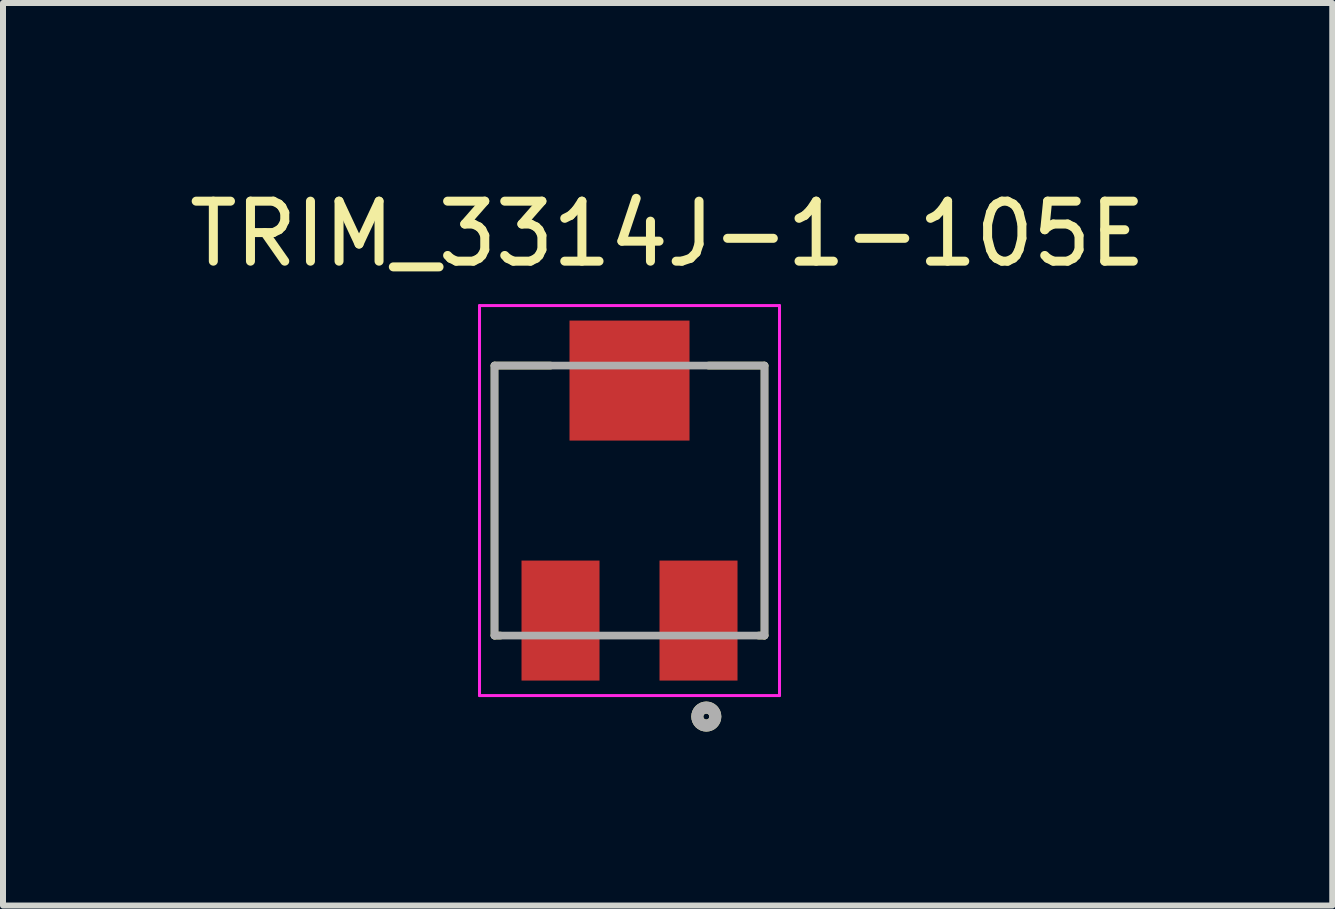
<source format=kicad_pcb>
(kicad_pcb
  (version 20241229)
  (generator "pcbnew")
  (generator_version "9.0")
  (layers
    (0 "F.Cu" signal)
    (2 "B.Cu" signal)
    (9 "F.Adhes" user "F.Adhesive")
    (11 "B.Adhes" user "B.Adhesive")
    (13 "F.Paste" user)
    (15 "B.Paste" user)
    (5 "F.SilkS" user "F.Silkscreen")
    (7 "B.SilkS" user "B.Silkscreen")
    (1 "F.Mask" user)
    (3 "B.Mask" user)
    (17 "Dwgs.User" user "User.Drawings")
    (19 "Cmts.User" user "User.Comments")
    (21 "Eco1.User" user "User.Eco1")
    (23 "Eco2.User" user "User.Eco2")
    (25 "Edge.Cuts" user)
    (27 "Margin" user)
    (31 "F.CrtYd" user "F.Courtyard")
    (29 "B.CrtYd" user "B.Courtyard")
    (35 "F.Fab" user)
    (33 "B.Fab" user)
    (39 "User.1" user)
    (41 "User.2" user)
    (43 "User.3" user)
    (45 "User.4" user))
  (footprint "TRIM_3314J-1-105E"
    (layer "F.Cu")
    (at 7.442 5.293)
    (property "Reference" "TRIM_3314J-1-105E" (at 0.635 -4.445 0) (layer "F.SilkS") (effects (font (size 1 1) (thickness 0.15))))
    (attr smd)
    (fp_line (start -2.25 -2.25) (end -2.25 2.25) (stroke (width 0.127) (type solid)) (layer "F.SilkS"))
    (fp_line (start -2.25 2.25) (end -2.15 2.25) (stroke (width 0.127) (type solid)) (layer "F.SilkS"))
    (fp_line (start -1.315 -2.25) (end -2.25 -2.25) (stroke (width 0.127) (type solid)) (layer "F.SilkS"))
    (fp_line (start 2.15 2.25) (end 2.25 2.25) (stroke (width 0.127) (type solid)) (layer "F.SilkS"))
    (fp_line (start 2.25 -2.25) (end 1.315 -2.25) (stroke (width 0.127) (type solid)) (layer "F.SilkS"))
    (fp_line (start 2.25 2.25) (end 2.25 -2.25) (stroke (width 0.127) (type solid)) (layer "F.SilkS"))
    (fp_circle (center 1.28 3.6) (end 1.33 3.6) (stroke (width 0.2) (type solid)) (fill no) (layer "F.SilkS"))
    (fp_line (start -2.5 -3.25) (end 2.5 -3.25) (stroke (width 0.05) (type solid)) (layer "F.CrtYd"))
    (fp_line (start -2.5 3.25) (end -2.5 -3.25) (stroke (width 0.05) (type solid)) (layer "F.CrtYd"))
    (fp_line (start 2.5 -3.25) (end 2.5 3.25) (stroke (width 0.05) (type solid)) (layer "F.CrtYd"))
    (fp_line (start 2.5 3.25) (end -2.5 3.25) (stroke (width 0.05) (type solid)) (layer "F.CrtYd"))
    (fp_line (start -2.25 -2.25) (end 2.25 -2.25) (stroke (width 0.127) (type solid)) (layer "F.Fab"))
    (fp_line (start -2.25 2.25) (end -2.25 -2.25) (stroke (width 0.127) (type solid)) (layer "F.Fab"))
    (fp_line (start 2.25 -2.25) (end 2.25 2.25) (stroke (width 0.127) (type solid)) (layer "F.Fab"))
    (fp_line (start 2.25 2.25) (end -2.25 2.25) (stroke (width 0.127) (type solid)) (layer "F.Fab"))
    (fp_circle (center 1.28 3.6) (end 1.33 3.6) (stroke (width 0.2) (type solid)) (fill no) (layer "F.Fab"))
    (pad "1" smd rect (at 1.15 2) (size 1.3 2) (layers "F.Cu" "F.Mask" "F.Paste"))
    (pad "2" smd rect (at 0 -2) (size 2 2) (layers "F.Cu" "F.Mask" "F.Paste"))
    (pad "3" smd rect (at -1.15 2) (size 1.3 2) (layers "F.Cu" "F.Mask" "F.Paste")))
  (gr_rect
    (start -3 -3)
    (end 19.155 12.043)
    (stroke (width 0.1) (type default))
    (fill no)
    (layer "Edge.Cuts")))
</source>
